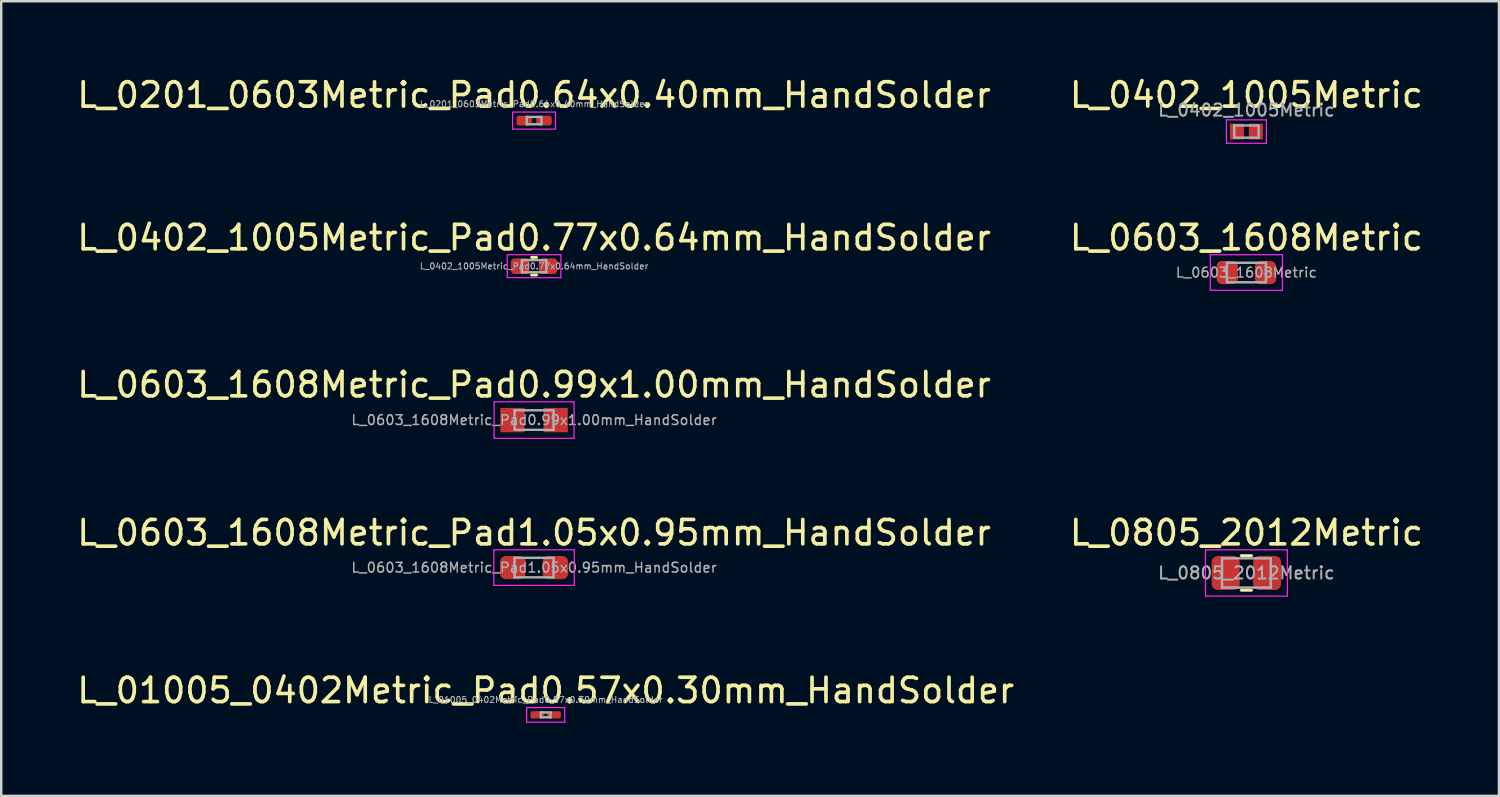
<source format=kicad_pcb>
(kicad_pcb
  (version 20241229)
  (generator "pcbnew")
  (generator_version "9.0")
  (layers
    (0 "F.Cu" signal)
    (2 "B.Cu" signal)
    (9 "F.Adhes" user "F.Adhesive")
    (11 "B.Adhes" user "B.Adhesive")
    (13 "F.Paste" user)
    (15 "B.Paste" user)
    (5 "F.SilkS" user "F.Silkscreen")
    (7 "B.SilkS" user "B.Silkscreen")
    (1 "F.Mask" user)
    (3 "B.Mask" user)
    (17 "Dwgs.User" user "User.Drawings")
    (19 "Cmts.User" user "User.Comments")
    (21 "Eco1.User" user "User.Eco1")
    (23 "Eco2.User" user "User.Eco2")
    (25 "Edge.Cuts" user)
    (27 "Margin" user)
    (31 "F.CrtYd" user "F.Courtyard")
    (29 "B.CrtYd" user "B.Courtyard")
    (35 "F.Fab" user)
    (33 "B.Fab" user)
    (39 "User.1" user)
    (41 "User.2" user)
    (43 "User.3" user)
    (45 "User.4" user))
  (footprint "L_0201_0603Metric_Pad0.64x0.40mm_HandSolder"
    (layer "F.Cu")
    (at 18.863 1.898)
    (property "Reference" "L_0201_0603Metric_Pad0.64x0.40mm_HandSolder" (at 0 -1.05 0) (layer "F.SilkS") (effects (font (size 1 1) (thickness 0.15))))
    (attr smd)
    (fp_line (start -0.88 -0.35) (end 0.88 -0.35) (stroke (width 0.05) (type solid)) (layer "F.CrtYd"))
    (fp_line (start -0.88 0.35) (end -0.88 -0.35) (stroke (width 0.05) (type solid)) (layer "F.CrtYd"))
    (fp_line (start 0.88 -0.35) (end 0.88 0.35) (stroke (width 0.05) (type solid)) (layer "F.CrtYd"))
    (fp_line (start 0.88 0.35) (end -0.88 0.35) (stroke (width 0.05) (type solid)) (layer "F.CrtYd"))
    (fp_line (start -0.3 -0.15) (end 0.3 -0.15) (stroke (width 0.1) (type solid)) (layer "F.Fab"))
    (fp_line (start -0.3 0.15) (end -0.3 -0.15) (stroke (width 0.1) (type solid)) (layer "F.Fab"))
    (fp_line (start 0.3 -0.15) (end 0.3 0.15) (stroke (width 0.1) (type solid)) (layer "F.Fab"))
    (fp_line (start 0.3 0.15) (end -0.3 0.15) (stroke (width 0.1) (type solid)) (layer "F.Fab"))
    (fp_text user "${REFERENCE}" (at 0 -0.68 0) (layer "F.Fab") (effects (font (size 0.25 0.25) (thickness 0.04))))
    (pad "" smd roundrect (at -0.432 0) (size 0.458 0.36) (layers "F.Paste") (roundrect_rratio 0.25))
    (pad "" smd roundrect (at 0.432 0) (size 0.458 0.36) (layers "F.Paste") (roundrect_rratio 0.25))
    (pad "1" smd roundrect (at -0.407 0) (size 0.635 0.4) (layers "F.Cu" "F.Mask") (roundrect_rratio 0.25))
    (pad "2" smd roundrect (at 0.407 0) (size 0.635 0.4) (layers "F.Cu" "F.Mask") (roundrect_rratio 0.25)))
  (footprint "L_0402_1005Metric"
    (layer "F.Cu")
    (at 48.089 2.348)
    (property "Reference" "L_0402_1005Metric" (at 0 -1.5 0) (layer "F.SilkS") (effects (font (size 1 1) (thickness 0.15))))
    (attr smd)
    (fp_line (start -0.82 -0.48) (end 0.82 -0.48) (stroke (width 0.05) (type solid)) (layer "F.CrtYd"))
    (fp_line (start -0.82 0.48) (end -0.82 -0.48) (stroke (width 0.05) (type solid)) (layer "F.CrtYd"))
    (fp_line (start 0.82 -0.48) (end 0.82 0.48) (stroke (width 0.05) (type solid)) (layer "F.CrtYd"))
    (fp_line (start 0.82 0.48) (end -0.82 0.48) (stroke (width 0.05) (type solid)) (layer "F.CrtYd"))
    (fp_line (start -0.5 -0.25) (end 0.5 -0.25) (stroke (width 0.1) (type solid)) (layer "F.Fab"))
    (fp_line (start -0.5 0.25) (end -0.5 -0.25) (stroke (width 0.1) (type solid)) (layer "F.Fab"))
    (fp_line (start 0.5 -0.25) (end 0.5 0.25) (stroke (width 0.1) (type solid)) (layer "F.Fab"))
    (fp_line (start 0.5 0.25) (end -0.5 0.25) (stroke (width 0.1) (type solid)) (layer "F.Fab"))
    (fp_text user "${REFERENCE}" (at 0 -0.88 0) (layer "F.Fab") (effects (font (size 0.5 0.5) (thickness 0.08))))
    (pad "1" smd rect (at -0.388 0) (size 0.575 0.65) (layers "F.Cu" "F.Mask" "F.Paste"))
    (pad "2" smd rect (at 0.388 0) (size 0.575 0.65) (layers "F.Cu" "F.Mask" "F.Paste")))
  (footprint "L_01005_0402Metric_Pad0.57x0.30mm_HandSolder"
    (layer "F.Cu")
    (at 19.339 26.281)
    (property "Reference" "L_01005_0402Metric_Pad0.57x0.30mm_HandSolder" (at 0 -1 0) (layer "F.SilkS") (effects (font (size 1 1) (thickness 0.15))))
    (attr smd)
    (fp_line (start -0.78 -0.3) (end 0.78 -0.3) (stroke (width 0.05) (type solid)) (layer "F.CrtYd"))
    (fp_line (start -0.78 0.3) (end -0.78 -0.3) (stroke (width 0.05) (type solid)) (layer "F.CrtYd"))
    (fp_line (start 0.78 -0.3) (end 0.78 0.3) (stroke (width 0.05) (type solid)) (layer "F.CrtYd"))
    (fp_line (start 0.78 0.3) (end -0.78 0.3) (stroke (width 0.05) (type solid)) (layer "F.CrtYd"))
    (fp_line (start -0.2 -0.1) (end 0.2 -0.1) (stroke (width 0.1) (type solid)) (layer "F.Fab"))
    (fp_line (start -0.2 0.1) (end -0.2 -0.1) (stroke (width 0.1) (type solid)) (layer "F.Fab"))
    (fp_line (start 0.2 -0.1) (end 0.2 0.1) (stroke (width 0.1) (type solid)) (layer "F.Fab"))
    (fp_line (start 0.2 0.1) (end -0.2 0.1) (stroke (width 0.1) (type solid)) (layer "F.Fab"))
    (fp_text user "${REFERENCE}" (at 0 -0.62 0) (layer "F.Fab") (effects (font (size 0.25 0.25) (thickness 0.04))))
    (pad "" smd roundrect (at -0.362 0) (size 0.41 0.27) (layers "F.Paste") (roundrect_rratio 0.25))
    (pad "" smd roundrect (at 0.362 0) (size 0.41 0.27) (layers "F.Paste") (roundrect_rratio 0.25))
    (pad "1" smd roundrect (at -0.338 0) (size 0.575 0.3) (layers "F.Cu" "F.Mask") (roundrect_rratio 0.25))
    (pad "2" smd roundrect (at 0.338 0) (size 0.575 0.3) (layers "F.Cu" "F.Mask") (roundrect_rratio 0.25)))
  (footprint "L_0603_1608Metric_Pad0.99x1.00mm_HandSolder"
    (layer "F.Cu")
    (at 18.863 14.185)
    (property "Reference" "L_0603_1608Metric_Pad0.99x1.00mm_HandSolder" (at 0 -1.45 0) (layer "F.SilkS") (effects (font (size 1 1) (thickness 0.15))))
    (attr smd)
    (fp_line (start -1.64 -0.75) (end 1.64 -0.75) (stroke (width 0.05) (type solid)) (layer "F.CrtYd"))
    (fp_line (start -1.64 0.75) (end -1.64 -0.75) (stroke (width 0.05) (type solid)) (layer "F.CrtYd"))
    (fp_line (start 1.64 -0.75) (end 1.64 0.75) (stroke (width 0.05) (type solid)) (layer "F.CrtYd"))
    (fp_line (start 1.64 0.75) (end -1.64 0.75) (stroke (width 0.05) (type solid)) (layer "F.CrtYd"))
    (fp_line (start -0.8 -0.4) (end 0.8 -0.4) (stroke (width 0.1) (type solid)) (layer "F.Fab"))
    (fp_line (start -0.8 0.4) (end -0.8 -0.4) (stroke (width 0.1) (type solid)) (layer "F.Fab"))
    (fp_line (start 0.8 -0.4) (end 0.8 0.4) (stroke (width 0.1) (type solid)) (layer "F.Fab"))
    (fp_line (start 0.8 0.4) (end -0.8 0.4) (stroke (width 0.1) (type solid)) (layer "F.Fab"))
    (fp_text user "${REFERENCE}" (at 0 0 0) (layer "F.Fab") (effects (font (size 0.4 0.4) (thickness 0.06))))
    (pad "1" smd rect (at -0.887 0) (size 0.995 1) (layers "F.Cu" "F.Mask" "F.Paste"))
    (pad "2" smd rect (at 0.887 0) (size 0.995 1) (layers "F.Cu" "F.Mask" "F.Paste")))
  (footprint "L_0805_2012Metric"
    (layer "F.Cu")
    (at 48.089 20.458)
    (property "Reference" "L_0805_2012Metric" (at 0 -1.65 0) (layer "F.SilkS") (effects (font (size 1 1) (thickness 0.15))))
    (attr smd)
    (fp_line (start -0.208 -0.71) (end 0.208 -0.71) (stroke (width 0.12) (type solid)) (layer "F.SilkS"))
    (fp_line (start -0.208 0.71) (end 0.208 0.71) (stroke (width 0.12) (type solid)) (layer "F.SilkS"))
    (fp_line (start -1.68 -0.95) (end 1.68 -0.95) (stroke (width 0.05) (type solid)) (layer "F.CrtYd"))
    (fp_line (start -1.68 0.95) (end -1.68 -0.95) (stroke (width 0.05) (type solid)) (layer "F.CrtYd"))
    (fp_line (start 1.68 -0.95) (end 1.68 0.95) (stroke (width 0.05) (type solid)) (layer "F.CrtYd"))
    (fp_line (start 1.68 0.95) (end -1.68 0.95) (stroke (width 0.05) (type solid)) (layer "F.CrtYd"))
    (fp_line (start -1 -0.6) (end 1 -0.6) (stroke (width 0.1) (type solid)) (layer "F.Fab"))
    (fp_line (start -1 0.6) (end -1 -0.6) (stroke (width 0.1) (type solid)) (layer "F.Fab"))
    (fp_line (start 1 -0.6) (end 1 0.6) (stroke (width 0.1) (type solid)) (layer "F.Fab"))
    (fp_line (start 1 0.6) (end -1 0.6) (stroke (width 0.1) (type solid)) (layer "F.Fab"))
    (fp_text user "${REFERENCE}" (at 0 0 0) (layer "F.Fab") (effects (font (size 0.5 0.5) (thickness 0.08))))
    (pad "1" smd roundrect (at -0.85 0) (size 1.15 1.4) (layers "F.Cu" "F.Mask" "F.Paste") (roundrect_rratio 0.217))
    (pad "2" smd roundrect (at 0.85 0) (size 1.15 1.4) (layers "F.Cu" "F.Mask" "F.Paste") (roundrect_rratio 0.217)))
  (footprint "L_0402_1005Metric_Pad0.77x0.64mm_HandSolder"
    (layer "F.Cu")
    (at 18.863 7.872)
    (property "Reference" "L_0402_1005Metric_Pad0.77x0.64mm_HandSolder" (at 0 -1.17 0) (layer "F.SilkS") (effects (font (size 1 1) (thickness 0.15))))
    (attr smd)
    (fp_line (start -0.1 -0.36) (end 0.1 -0.36) (stroke (width 0.12) (type solid)) (layer "F.SilkS"))
    (fp_line (start -0.1 0.36) (end 0.1 0.36) (stroke (width 0.12) (type solid)) (layer "F.SilkS"))
    (fp_line (start -1.1 -0.47) (end 1.1 -0.47) (stroke (width 0.05) (type solid)) (layer "F.CrtYd"))
    (fp_line (start -1.1 0.47) (end -1.1 -0.47) (stroke (width 0.05) (type solid)) (layer "F.CrtYd"))
    (fp_line (start 1.1 -0.47) (end 1.1 0.47) (stroke (width 0.05) (type solid)) (layer "F.CrtYd"))
    (fp_line (start 1.1 0.47) (end -1.1 0.47) (stroke (width 0.05) (type solid)) (layer "F.CrtYd"))
    (fp_line (start -0.5 -0.25) (end 0.5 -0.25) (stroke (width 0.1) (type solid)) (layer "F.Fab"))
    (fp_line (start -0.5 0.25) (end -0.5 -0.25) (stroke (width 0.1) (type solid)) (layer "F.Fab"))
    (fp_line (start 0.5 -0.25) (end 0.5 0.25) (stroke (width 0.1) (type solid)) (layer "F.Fab"))
    (fp_line (start 0.5 0.25) (end -0.5 0.25) (stroke (width 0.1) (type solid)) (layer "F.Fab"))
    (fp_text user "${REFERENCE}" (at 0 0 0) (layer "F.Fab") (effects (font (size 0.25 0.25) (thickness 0.04))))
    (pad "1" smd roundrect (at -0.573 0) (size 0.765 0.64) (layers "F.Cu" "F.Mask" "F.Paste") (roundrect_rratio 0.25))
    (pad "2" smd roundrect (at 0.573 0) (size 0.765 0.64) (layers "F.Cu" "F.Mask" "F.Paste") (roundrect_rratio 0.25)))
  (footprint "L_0603_1608Metric"
    (layer "F.Cu")
    (at 48.089 8.132)
    (property "Reference" "L_0603_1608Metric" (at 0 -1.43 0) (layer "F.SilkS") (effects (font (size 1 1) (thickness 0.15))))
    (attr smd)
    (fp_line (start -1.48 -0.73) (end 1.48 -0.73) (stroke (width 0.05) (type solid)) (layer "F.CrtYd"))
    (fp_line (start -1.48 0.73) (end -1.48 -0.73) (stroke (width 0.05) (type solid)) (layer "F.CrtYd"))
    (fp_line (start 1.48 -0.73) (end 1.48 0.73) (stroke (width 0.05) (type solid)) (layer "F.CrtYd"))
    (fp_line (start 1.48 0.73) (end -1.48 0.73) (stroke (width 0.05) (type solid)) (layer "F.CrtYd"))
    (fp_line (start -0.8 -0.4) (end 0.8 -0.4) (stroke (width 0.1) (type solid)) (layer "F.Fab"))
    (fp_line (start -0.8 0.4) (end -0.8 -0.4) (stroke (width 0.1) (type solid)) (layer "F.Fab"))
    (fp_line (start 0.8 -0.4) (end 0.8 0.4) (stroke (width 0.1) (type solid)) (layer "F.Fab"))
    (fp_line (start 0.8 0.4) (end -0.8 0.4) (stroke (width 0.1) (type solid)) (layer "F.Fab"))
    (fp_text user "${REFERENCE}" (at 0 0 0) (layer "F.Fab") (effects (font (size 0.4 0.4) (thickness 0.06))))
    (pad "1" smd roundrect (at -0.787 0) (size 0.875 0.95) (layers "F.Cu" "F.Mask" "F.Paste") (roundrect_rratio 0.25))
    (pad "2" smd roundrect (at 0.787 0) (size 0.875 0.95) (layers "F.Cu" "F.Mask" "F.Paste") (roundrect_rratio 0.25)))
  (footprint "L_0603_1608Metric_Pad1.05x0.95mm_HandSolder"
    (layer "F.Cu")
    (at 18.863 20.238)
    (property "Reference" "L_0603_1608Metric_Pad1.05x0.95mm_HandSolder" (at 0 -1.43 0) (layer "F.SilkS") (effects (font (size 1 1) (thickness 0.15))))
    (attr smd)
    (fp_line (start -1.65 -0.73) (end 1.65 -0.73) (stroke (width 0.05) (type solid)) (layer "F.CrtYd"))
    (fp_line (start -1.65 0.73) (end -1.65 -0.73) (stroke (width 0.05) (type solid)) (layer "F.CrtYd"))
    (fp_line (start 1.65 -0.73) (end 1.65 0.73) (stroke (width 0.05) (type solid)) (layer "F.CrtYd"))
    (fp_line (start 1.65 0.73) (end -1.65 0.73) (stroke (width 0.05) (type solid)) (layer "F.CrtYd"))
    (fp_line (start -0.8 -0.4) (end 0.8 -0.4) (stroke (width 0.1) (type solid)) (layer "F.Fab"))
    (fp_line (start -0.8 0.4) (end -0.8 -0.4) (stroke (width 0.1) (type solid)) (layer "F.Fab"))
    (fp_line (start 0.8 -0.4) (end 0.8 0.4) (stroke (width 0.1) (type solid)) (layer "F.Fab"))
    (fp_line (start 0.8 0.4) (end -0.8 0.4) (stroke (width 0.1) (type solid)) (layer "F.Fab"))
    (fp_text user "${REFERENCE}" (at 0 0 0) (layer "F.Fab") (effects (font (size 0.4 0.4) (thickness 0.06))))
    (pad "1" smd roundrect (at -0.875 0) (size 1.05 0.95) (layers "F.Cu" "F.Mask" "F.Paste") (roundrect_rratio 0.25))
    (pad "2" smd roundrect (at 0.875 0) (size 1.05 0.95) (layers "F.Cu" "F.Mask" "F.Paste") (roundrect_rratio 0.25)))
  (gr_rect
    (start -3 -3)
    (end 58.452 29.606)
    (stroke (width 0.1) (type default))
    (fill no)
    (layer "Edge.Cuts")))
</source>
